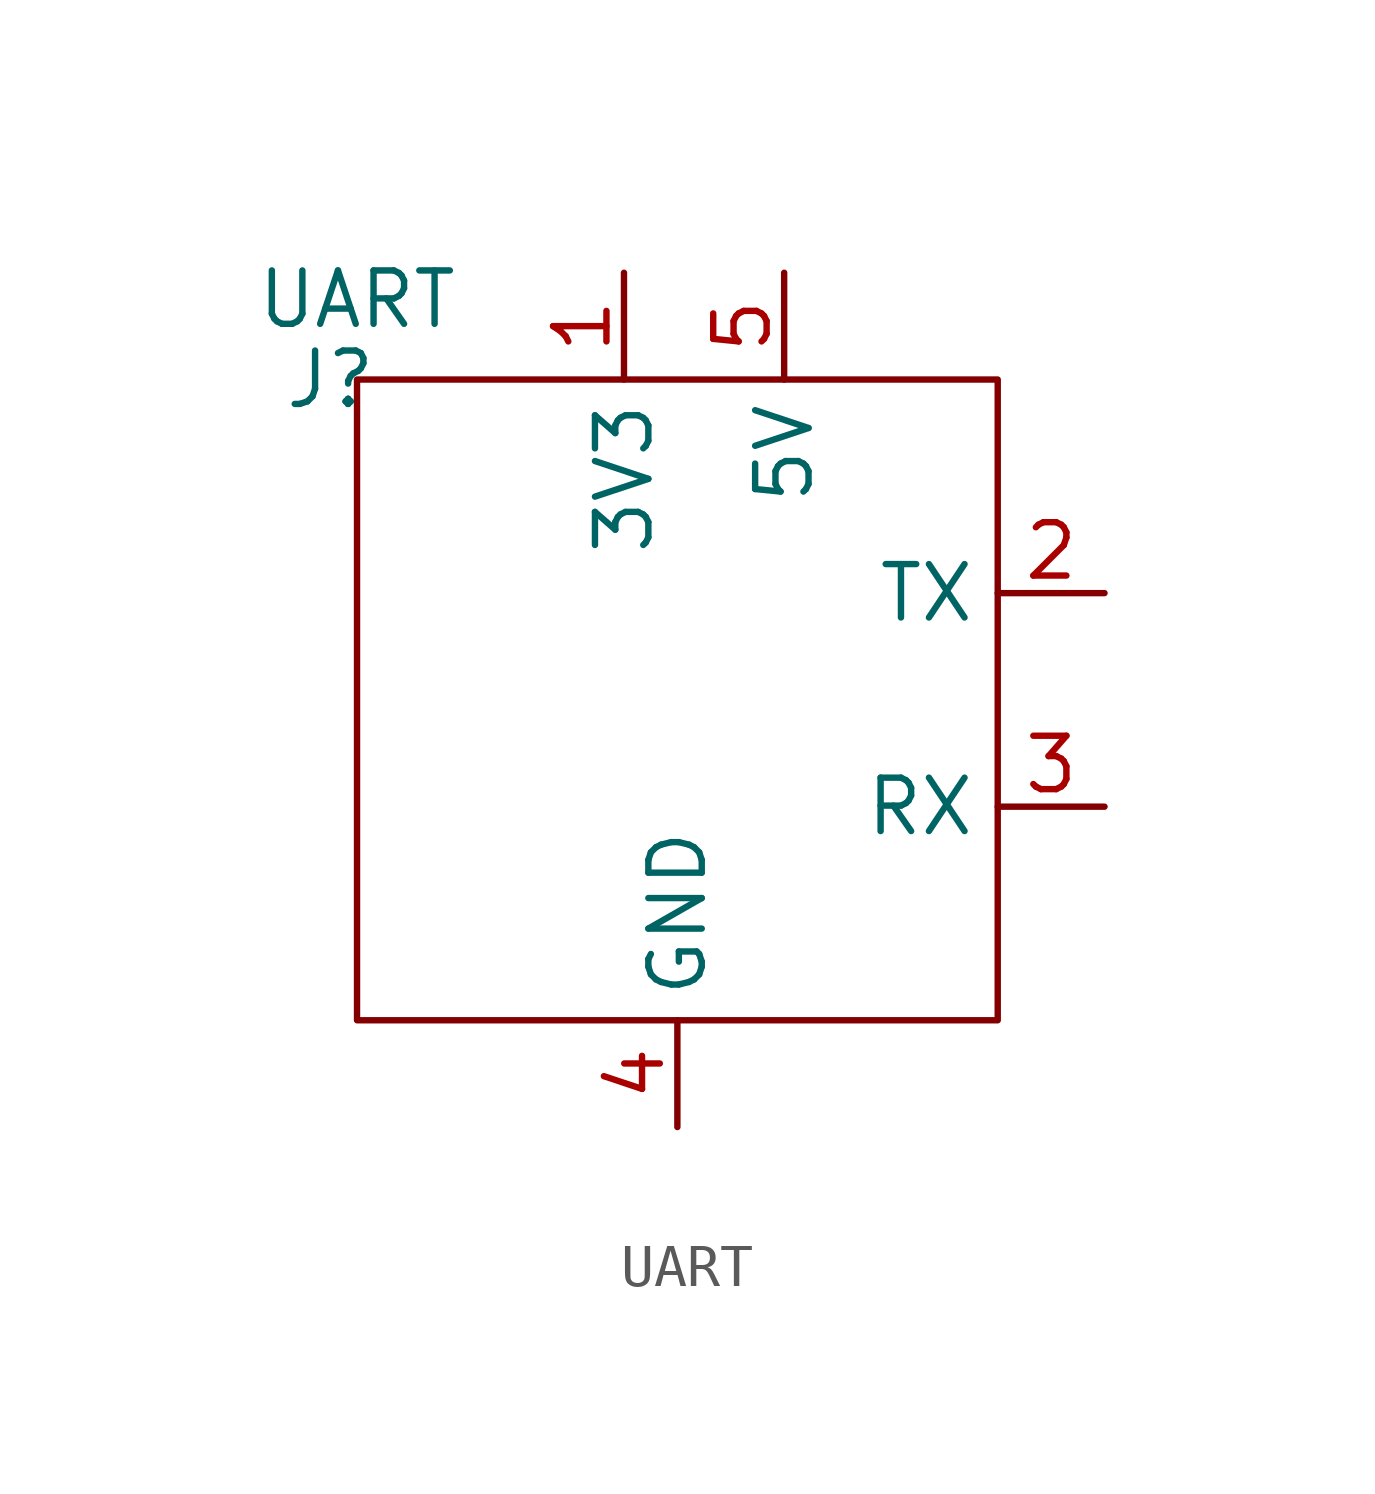
<source format=kicad_sym>
(kicad_symbol_lib
  (version 20211014)
  (generator kicad_symbol_editor)
  (symbol "UART"
    (property "Reference" "J"
      (at -0.635 0 0)
      (effects (font (size 1.27 1.27))))
    (property "Value" "UART"
      (at 0 1.905 0)
      (effects (font (size 1.27 1.27))))
    (symbol "UART_0_1"
      (rectangle (start 0 0) (end 15.24 -15.24) (stroke (width 0) (type default) (color 0 0 0 0)) (fill (type none))))
    (symbol "UART_1_1"
      (pin power_out line (at 6.35 2.54 270) (length 2.54) (name "3V3" (effects (font (size 1.27 1.27)))) (number "1" (effects (font (size 1.27 1.27)))))
      (pin output line (at 17.78 -5.08 180) (length 2.54) (name "TX" (effects (font (size 1.27 1.27)))) (number "2" (effects (font (size 1.27 1.27)))))
      (pin input line (at 17.78 -10.16 180) (length 2.54) (name "RX" (effects (font (size 1.27 1.27)))) (number "3" (effects (font (size 1.27 1.27)))))
      (pin power_out line (at 7.62 -17.78 90) (length 2.54) (name "GND" (effects (font (size 1.27 1.27)))) (number "4" (effects (font (size 1.27 1.27)))))
      (pin power_out line (at 10.16 2.54 270) (length 2.54) (name "5V" (effects (font (size 1.27 1.27)))) (number "5" (effects (font (size 1.27 1.27))))))))
</source>
